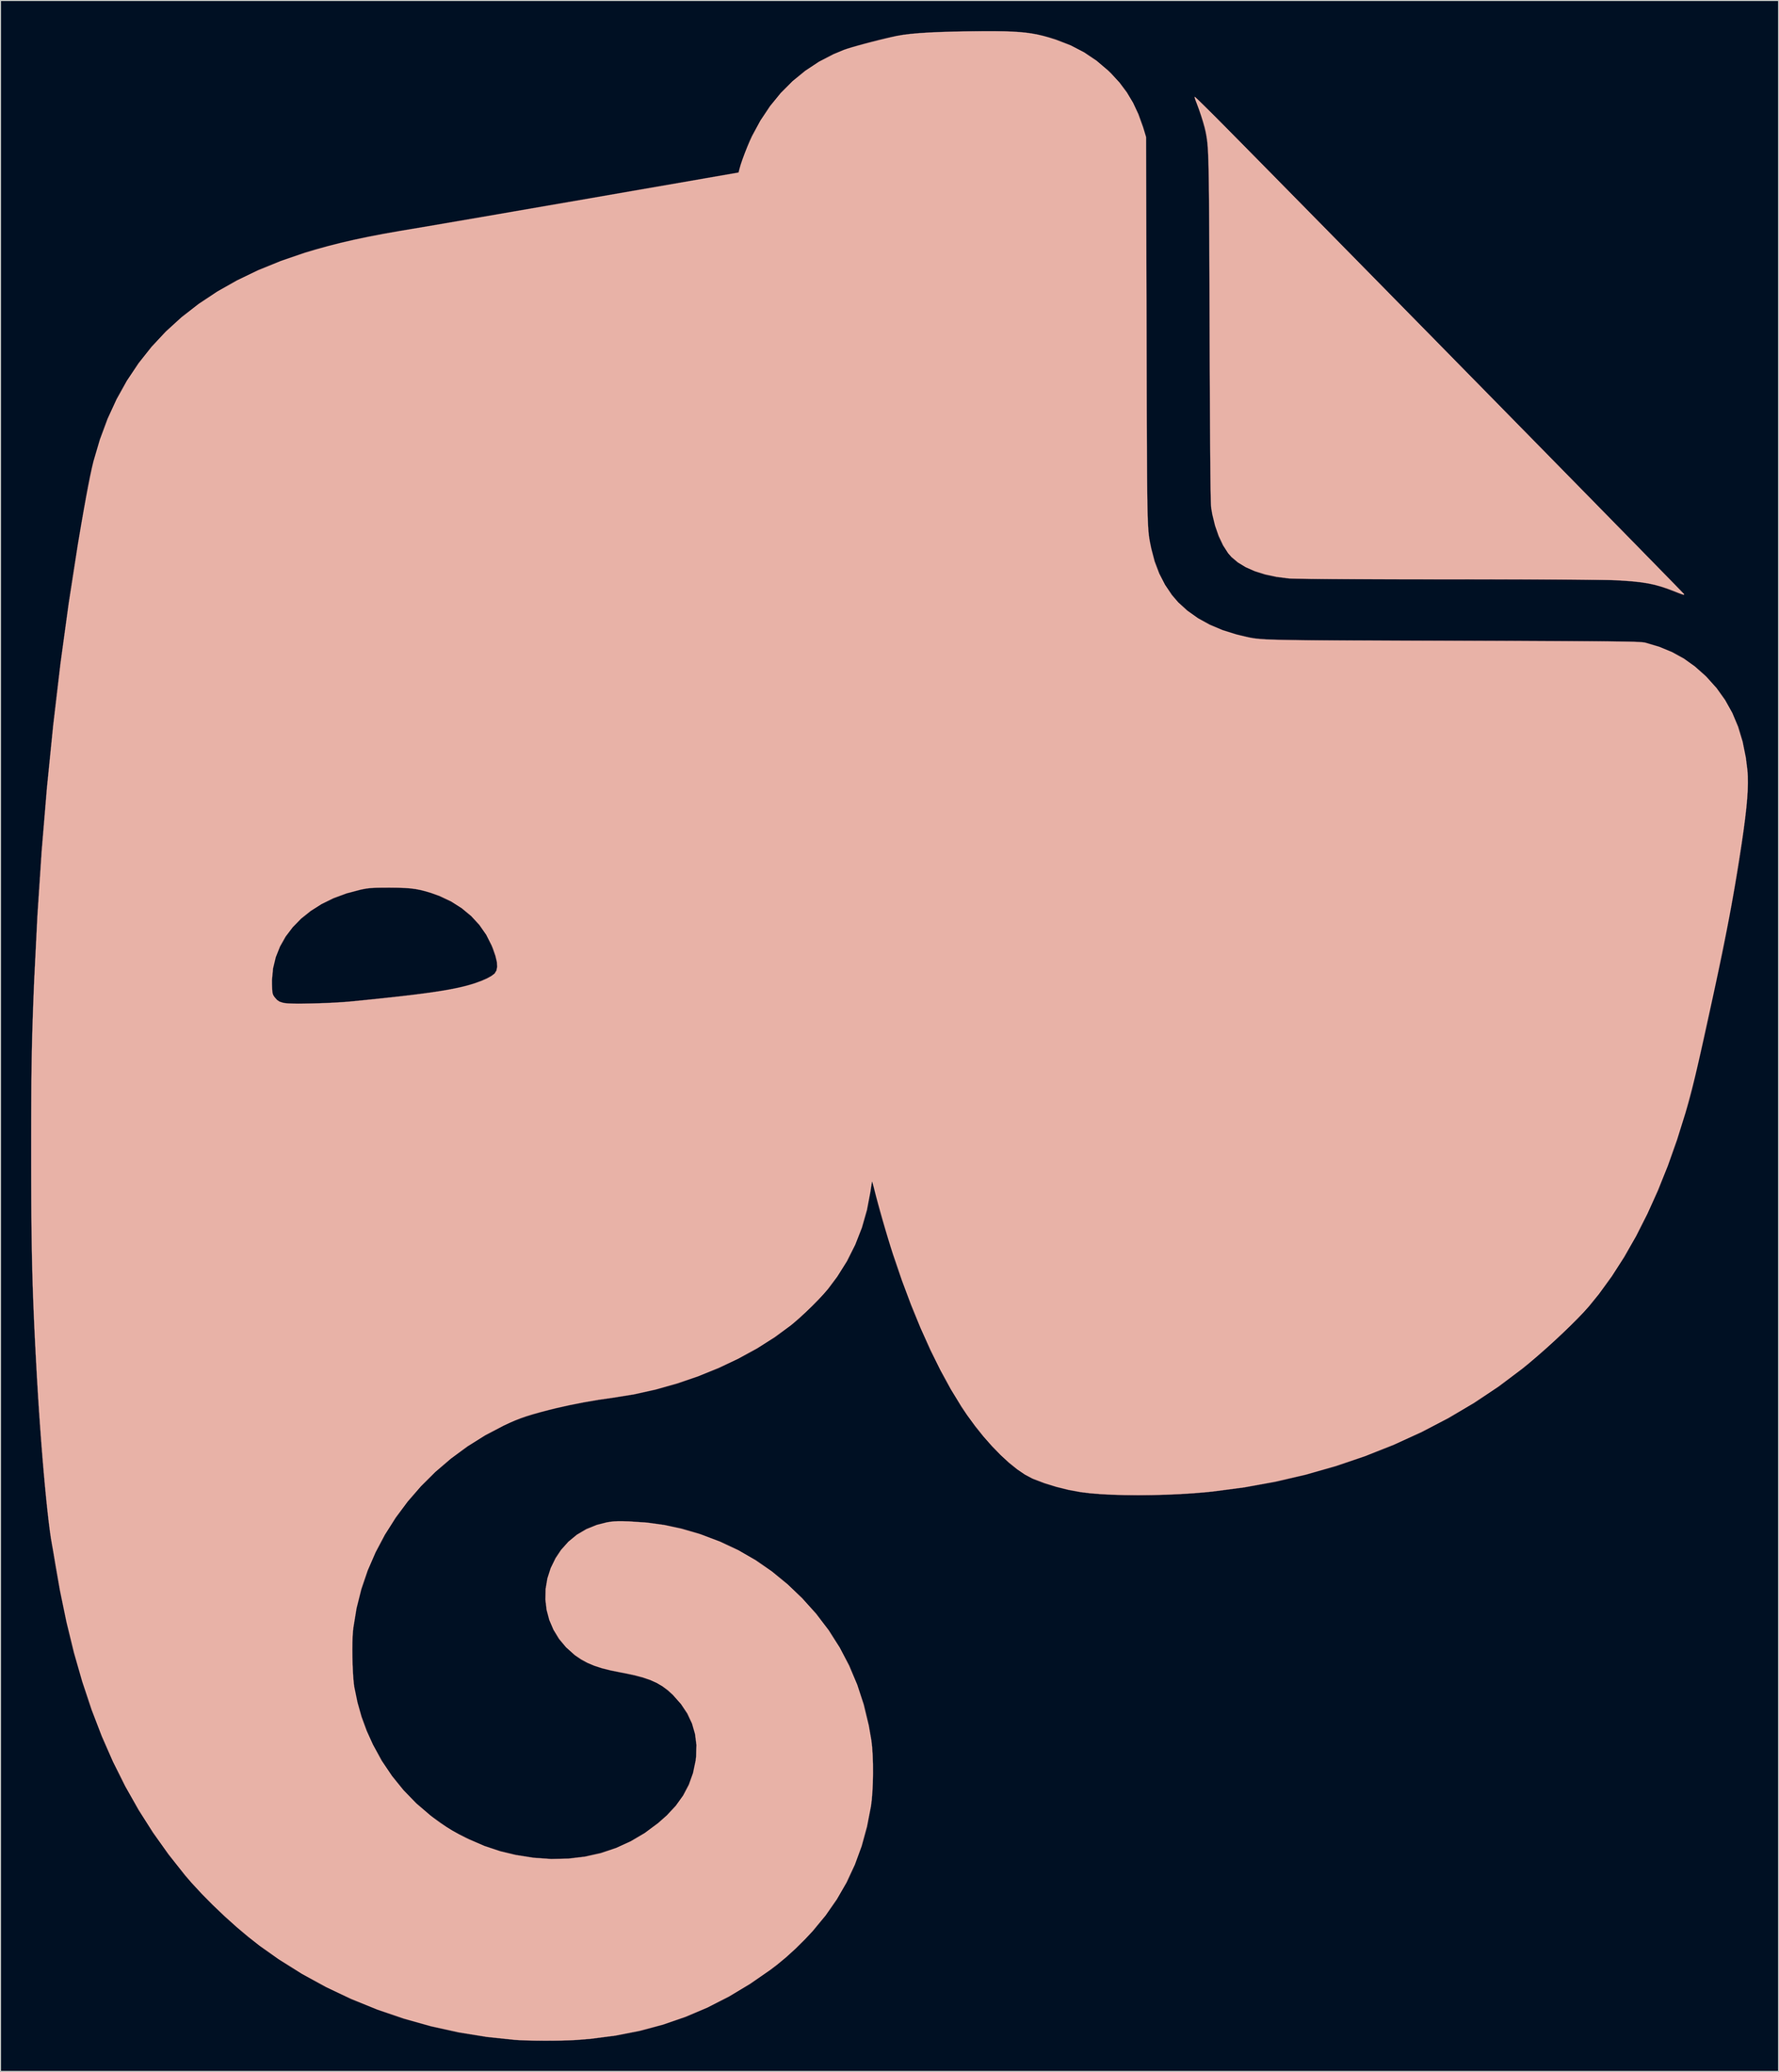
<source format=kicad_pcb>
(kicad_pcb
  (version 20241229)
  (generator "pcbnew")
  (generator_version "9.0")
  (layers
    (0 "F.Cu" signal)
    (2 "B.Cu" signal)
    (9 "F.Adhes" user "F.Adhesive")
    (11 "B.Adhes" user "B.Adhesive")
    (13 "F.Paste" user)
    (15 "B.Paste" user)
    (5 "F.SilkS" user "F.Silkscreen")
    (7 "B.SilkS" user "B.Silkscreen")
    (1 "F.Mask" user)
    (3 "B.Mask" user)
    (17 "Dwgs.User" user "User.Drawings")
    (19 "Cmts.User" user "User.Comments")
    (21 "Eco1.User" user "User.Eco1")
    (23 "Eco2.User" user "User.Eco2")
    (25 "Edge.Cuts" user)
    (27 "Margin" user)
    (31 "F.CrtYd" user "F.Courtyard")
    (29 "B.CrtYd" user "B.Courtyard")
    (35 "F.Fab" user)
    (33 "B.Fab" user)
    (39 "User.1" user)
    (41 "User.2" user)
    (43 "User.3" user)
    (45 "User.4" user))
  (footprint "evernote_20x20_B"
    (layer "F.Cu")
    (at 84.032 98.374)
    (property "Reference" "evernote_20x20_B" (at 0 0 0) (layer "B.SilkS") (effects (font (size 1.524 1.524) (thickness 0.3))))
    (attr through_hole)
    (fp_poly (pts (xy 30.028 -91.89) (xy 30.206 -91.725) (xy 30.476 -91.465) (xy 30.825 -91.125) (xy 31.239 -90.716) (xy 31.705 -90.253) (xy 32.209 -89.749) (xy 32.274 -89.683) (xy 32.667 -89.288) (xy 33.158 -88.792) (xy 33.743 -88.201) (xy 34.416 -87.518) (xy 35.174 -86.751) (xy 36.011 -85.902) (xy 36.922 -84.978) (xy 37.902 -83.983) (xy 38.947 -82.922) (xy 40.051 -81.801) (xy 41.209 -80.624) (xy 42.417 -79.397) (xy 43.67 -78.124) (xy 44.963 -76.81) (xy 46.29 -75.461) (xy 47.647 -74.081) (xy 49.029 -72.675) (xy 50.431 -71.249) (xy 51.848 -69.807) (xy 53.276 -68.355) (xy 54.708 -66.897) (xy 56.141 -65.438) (xy 57.57 -63.984) (xy 58.989 -62.54) (xy 60.394 -61.11) (xy 61.779 -59.699) (xy 63.14 -58.313) (xy 64.472 -56.956) (xy 65.77 -55.634) (xy 67.029 -54.351) (xy 68.244 -53.113) (xy 69.411 -51.924) (xy 70.523 -50.79) (xy 71.577 -49.715) (xy 72.567 -48.705) (xy 73.489 -47.765) (xy 74.337 -46.898) (xy 75.107 -46.112) (xy 75.794 -45.41) (xy 76.392 -44.797) (xy 76.898 -44.28) (xy 77.305 -43.861) (xy 77.61 -43.548) (xy 77.807 -43.343) (xy 77.89 -43.254) (xy 77.893 -43.25) (xy 77.886 -43.21) (xy 77.848 -43.196) (xy 77.752 -43.217) (xy 77.573 -43.278) (xy 77.285 -43.389) (xy 76.92 -43.534) (xy 76.247 -43.789) (xy 75.617 -43.999) (xy 75.001 -44.169) (xy 74.367 -44.305) (xy 73.684 -44.412) (xy 72.921 -44.497) (xy 72.047 -44.565) (xy 71.146 -44.617) (xy 70.858 -44.627) (xy 70.409 -44.637) (xy 69.808 -44.646) (xy 69.062 -44.655) (xy 68.18 -44.663) (xy 67.17 -44.67) (xy 66.04 -44.677) (xy 64.798 -44.683) (xy 63.454 -44.689) (xy 62.014 -44.694) (xy 60.488 -44.697) (xy 58.883 -44.7) (xy 57.208 -44.702) (xy 55.471 -44.704) (xy 54.822 -44.704) (xy 52.78 -44.705) (xy 50.867 -44.706) (xy 49.085 -44.709) (xy 47.437 -44.713) (xy 45.927 -44.718) (xy 44.558 -44.724) (xy 43.334 -44.73) (xy 42.258 -44.738) (xy 41.334 -44.746) (xy 40.564 -44.756) (xy 39.952 -44.766) (xy 39.502 -44.777) (xy 39.216 -44.789) (xy 39.158 -44.793) (xy 37.961 -44.945) (xy 36.852 -45.182) (xy 35.845 -45.5) (xy 34.951 -45.894) (xy 34.183 -46.358) (xy 33.555 -46.888) (xy 33.225 -47.266) (xy 32.729 -48.037) (xy 32.299 -48.944) (xy 31.945 -49.962) (xy 31.675 -51.068) (xy 31.569 -51.689) (xy 31.556 -51.83) (xy 31.543 -52.073) (xy 31.531 -52.423) (xy 31.52 -52.884) (xy 31.509 -53.461) (xy 31.499 -54.158) (xy 31.489 -54.98) (xy 31.48 -55.93) (xy 31.471 -57.013) (xy 31.462 -58.235) (xy 31.453 -59.598) (xy 31.445 -61.107) (xy 31.437 -62.767) (xy 31.429 -64.583) (xy 31.421 -66.557) (xy 31.413 -68.696) (xy 31.412 -69.215) (xy 31.405 -71.252) (xy 31.398 -73.127) (xy 31.391 -74.847) (xy 31.385 -76.421) (xy 31.379 -77.855) (xy 31.372 -79.156) (xy 31.365 -80.333) (xy 31.357 -81.393) (xy 31.348 -82.343) (xy 31.339 -83.19) (xy 31.329 -83.943) (xy 31.317 -84.607) (xy 31.304 -85.192) (xy 31.29 -85.704) (xy 31.274 -86.151) (xy 31.257 -86.54) (xy 31.237 -86.878) (xy 31.216 -87.174) (xy 31.192 -87.433) (xy 31.166 -87.665) (xy 31.137 -87.876) (xy 31.106 -88.074) (xy 31.072 -88.267) (xy 31.035 -88.46) (xy 31.024 -88.519) (xy 30.921 -88.952) (xy 30.768 -89.494) (xy 30.578 -90.097) (xy 30.368 -90.714) (xy 30.151 -91.299) (xy 30.07 -91.504) (xy 29.983 -91.743) (xy 29.945 -91.904) (xy 29.956 -91.948) (xy 30.028 -91.89)) (stroke (width 0.01) (type solid)) (fill yes) (layer "B.SilkS"))
    (fp_poly (pts (xy 10.342 -98.369) (xy 11.252 -98.357) (xy 12.053 -98.33) (xy 12.763 -98.287) (xy 13.402 -98.226) (xy 13.992 -98.144) (xy 14.551 -98.041) (xy 15.098 -97.913) (xy 15.655 -97.759) (xy 16.24 -97.577) (xy 16.383 -97.53) (xy 17.799 -96.981) (xy 19.113 -96.3) (xy 20.333 -95.48) (xy 21.469 -94.517) (xy 21.76 -94.234) (xy 22.591 -93.328) (xy 23.302 -92.379) (xy 23.911 -91.36) (xy 24.433 -90.242) (xy 24.885 -88.998) (xy 24.994 -88.646) (xy 25.185 -88.011) (xy 25.235 -69.13) (xy 25.24 -66.995) (xy 25.246 -65.023) (xy 25.25 -63.206) (xy 25.255 -61.536) (xy 25.26 -60.008) (xy 25.265 -58.614) (xy 25.27 -57.347) (xy 25.276 -56.2) (xy 25.282 -55.165) (xy 25.289 -54.237) (xy 25.298 -53.407) (xy 25.307 -52.668) (xy 25.317 -52.015) (xy 25.329 -51.438) (xy 25.343 -50.933) (xy 25.358 -50.49) (xy 25.375 -50.104) (xy 25.394 -49.768) (xy 25.415 -49.473) (xy 25.438 -49.214) (xy 25.464 -48.983) (xy 25.493 -48.773) (xy 25.524 -48.576) (xy 25.558 -48.387) (xy 25.595 -48.198) (xy 25.636 -48.001) (xy 25.68 -47.79) (xy 25.696 -47.71) (xy 26.025 -46.457) (xy 26.478 -45.268) (xy 27.045 -44.166) (xy 27.715 -43.172) (xy 28.336 -42.45) (xy 29.239 -41.629) (xy 30.276 -40.896) (xy 31.43 -40.26) (xy 32.685 -39.73) (xy 34.024 -39.313) (xy 34.417 -39.216) (xy 34.643 -39.164) (xy 34.848 -39.115) (xy 35.039 -39.07) (xy 35.224 -39.029) (xy 35.41 -38.991) (xy 35.604 -38.957) (xy 35.813 -38.925) (xy 36.044 -38.897) (xy 36.304 -38.872) (xy 36.602 -38.849) (xy 36.943 -38.829) (xy 37.335 -38.811) (xy 37.786 -38.796) (xy 38.301 -38.782) (xy 38.89 -38.77) (xy 39.558 -38.759) (xy 40.313 -38.75) (xy 41.162 -38.742) (xy 42.112 -38.735) (xy 43.171 -38.729) (xy 44.346 -38.723) (xy 45.643 -38.718) (xy 47.071 -38.714) (xy 48.635 -38.709) (xy 50.344 -38.704) (xy 52.204 -38.699) (xy 54.224 -38.694) (xy 55.245 -38.691) (xy 57.328 -38.685) (xy 59.249 -38.68) (xy 61.015 -38.675) (xy 62.631 -38.669) (xy 64.105 -38.664) (xy 65.444 -38.659) (xy 66.654 -38.654) (xy 67.743 -38.648) (xy 68.716 -38.643) (xy 69.582 -38.637) (xy 70.346 -38.631) (xy 71.016 -38.624) (xy 71.598 -38.617) (xy 72.099 -38.609) (xy 72.526 -38.601) (xy 72.886 -38.592) (xy 73.186 -38.582) (xy 73.431 -38.571) (xy 73.63 -38.559) (xy 73.789 -38.547) (xy 73.914 -38.533) (xy 74.013 -38.518) (xy 74.092 -38.502) (xy 74.111 -38.498) (xy 75.47 -38.094) (xy 76.713 -37.581) (xy 77.862 -36.948) (xy 78.941 -36.18) (xy 79.973 -35.264) (xy 80.098 -35.14) (xy 81.071 -34.057) (xy 81.908 -32.888) (xy 82.611 -31.628) (xy 83.182 -30.271) (xy 83.624 -28.813) (xy 83.939 -27.247) (xy 84.093 -26.012) (xy 84.131 -25.427) (xy 84.141 -24.775) (xy 84.12 -24.046) (xy 84.068 -23.227) (xy 83.984 -22.306) (xy 83.866 -21.271) (xy 83.714 -20.109) (xy 83.526 -18.808) (xy 83.301 -17.357) (xy 83.261 -17.103) (xy 83.074 -15.952) (xy 82.888 -14.842) (xy 82.699 -13.754) (xy 82.505 -12.67) (xy 82.301 -11.574) (xy 82.085 -10.448) (xy 81.852 -9.273) (xy 81.6 -8.032) (xy 81.324 -6.708) (xy 81.021 -5.282) (xy 80.689 -3.738) (xy 80.322 -2.057) (xy 80.084 -0.974) (xy 79.812 0.261) (xy 79.569 1.348) (xy 79.353 2.306) (xy 79.158 3.153) (xy 78.981 3.908) (xy 78.815 4.589) (xy 78.659 5.214) (xy 78.505 5.801) (xy 78.352 6.369) (xy 78.193 6.936) (xy 78.024 7.52) (xy 78.02 7.535) (xy 77.198 10.169) (xy 76.3 12.699) (xy 75.33 15.118) (xy 74.291 17.419) (xy 73.189 19.594) (xy 72.026 21.634) (xy 70.807 23.533) (xy 69.535 25.282) (xy 68.572 26.465) (xy 68.064 27.031) (xy 67.445 27.678) (xy 66.736 28.385) (xy 65.961 29.131) (xy 65.142 29.895) (xy 64.302 30.655) (xy 63.463 31.391) (xy 62.648 32.081) (xy 62.019 32.593) (xy 59.719 34.321) (xy 57.302 35.933) (xy 54.777 37.423) (xy 52.153 38.79) (xy 49.439 40.029) (xy 46.642 41.137) (xy 43.772 42.112) (xy 40.837 42.948) (xy 37.846 43.644) (xy 34.808 44.196) (xy 31.731 44.599) (xy 31.157 44.658) (xy 29.867 44.767) (xy 28.522 44.852) (xy 27.148 44.913) (xy 25.769 44.95) (xy 24.41 44.962) (xy 23.095 44.95) (xy 21.849 44.914) (xy 20.697 44.853) (xy 19.664 44.768) (xy 18.776 44.659) (xy 17.591 44.441) (xy 16.391 44.144) (xy 15.233 43.786) (xy 14.175 43.381) (xy 14.026 43.317) (xy 13.318 42.941) (xy 12.556 42.424) (xy 11.756 41.779) (xy 10.932 41.02) (xy 10.096 40.161) (xy 9.263 39.217) (xy 8.447 38.2) (xy 7.662 37.126) (xy 7.093 36.28) (xy 6.063 34.59) (xy 5.052 32.742) (xy 4.063 30.743) (xy 3.101 28.603) (xy 2.169 26.332) (xy 1.273 23.938) (xy 0.415 21.431) (xy 0.384 21.336) (xy 0.159 20.629) (xy -0.088 19.824) (xy -0.346 18.961) (xy -0.604 18.076) (xy -0.851 17.208) (xy -1.076 16.393) (xy -1.269 15.671) (xy -1.396 15.173) (xy -1.489 14.801) (xy -1.569 14.501) (xy -1.626 14.304) (xy -1.653 14.242) (xy -1.673 14.33) (xy -1.711 14.552) (xy -1.761 14.874) (xy -1.815 15.24) (xy -2.156 17.035) (xy -2.654 18.772) (xy -3.308 20.443) (xy -4.115 22.046) (xy -5.073 23.573) (xy -5.969 24.765) (xy -6.398 25.264) (xy -6.928 25.831) (xy -7.523 26.435) (xy -8.148 27.039) (xy -8.771 27.612) (xy -9.356 28.12) (xy -9.638 28.35) (xy -11.215 29.509) (xy -12.927 30.592) (xy -14.756 31.593) (xy -16.682 32.504) (xy -18.686 33.317) (xy -20.747 34.023) (xy -22.847 34.616) (xy -24.966 35.086) (xy -27.084 35.427) (xy -27.136 35.434) (xy -28.459 35.624) (xy -29.857 35.864) (xy -31.263 36.14) (xy -32.606 36.439) (xy -33.316 36.615) (xy -34.165 36.838) (xy -34.883 37.04) (xy -35.506 37.232) (xy -36.068 37.427) (xy -36.605 37.636) (xy -37.152 37.872) (xy -37.739 38.145) (xy -39.555 39.098) (xy -41.28 40.177) (xy -42.908 41.374) (xy -44.434 42.68) (xy -45.849 44.087) (xy -47.149 45.585) (xy -48.326 47.167) (xy -49.375 48.824) (xy -50.289 50.546) (xy -51.061 52.325) (xy -51.685 54.153) (xy -52.155 56.021) (xy -52.464 57.919) (xy -52.499 58.229) (xy -52.537 58.738) (xy -52.559 59.363) (xy -52.566 60.067) (xy -52.56 60.813) (xy -52.54 61.564) (xy -52.509 62.283) (xy -52.466 62.931) (xy -52.413 63.473) (xy -52.373 63.754) (xy -52.064 65.251) (xy -51.667 66.657) (xy -51.16 68.031) (xy -50.549 69.384) (xy -49.687 70.958) (xy -48.682 72.452) (xy -47.547 73.851) (xy -46.294 75.141) (xy -44.934 76.305) (xy -44.612 76.551) (xy -43.946 77.036) (xy -43.348 77.442) (xy -42.765 77.801) (xy -42.145 78.145) (xy -41.437 78.505) (xy -41.148 78.645) (xy -39.62 79.306) (xy -38.076 79.819) (xy -36.576 80.18) (xy -34.808 80.459) (xy -33.086 80.579) (xy -31.413 80.542) (xy -29.792 80.35) (xy -28.229 80.002) (xy -26.728 79.499) (xy -25.291 78.844) (xy -23.924 78.037) (xy -22.63 77.079) (xy -21.76 76.31) (xy -20.884 75.372) (xy -20.164 74.369) (xy -19.6 73.301) (xy -19.193 72.168) (xy -18.941 70.968) (xy -18.889 70.527) (xy -18.861 69.408) (xy -18.996 68.336) (xy -19.292 67.313) (xy -19.752 66.336) (xy -20.373 65.406) (xy -21.158 64.521) (xy -21.177 64.502) (xy -21.673 64.051) (xy -22.191 63.666) (xy -22.756 63.336) (xy -23.39 63.053) (xy -24.117 62.805) (xy -24.961 62.582) (xy -25.943 62.376) (xy -26.247 62.319) (xy -27.258 62.116) (xy -28.127 61.898) (xy -28.879 61.653) (xy -29.543 61.372) (xy -30.144 61.045) (xy -30.709 60.662) (xy -30.813 60.583) (xy -31.633 59.849) (xy -32.318 59.027) (xy -32.864 58.132) (xy -33.271 57.18) (xy -33.535 56.187) (xy -33.656 55.166) (xy -33.631 54.135) (xy -33.458 53.108) (xy -33.135 52.101) (xy -32.661 51.129) (xy -32.121 50.321) (xy -31.401 49.514) (xy -30.571 48.832) (xy -29.64 48.282) (xy -28.617 47.868) (xy -27.642 47.621) (xy -27.286 47.562) (xy -26.93 47.525) (xy -26.531 47.508) (xy -26.046 47.51) (xy -25.485 47.525) (xy -23.703 47.643) (xy -22.001 47.878) (xy -20.326 48.238) (xy -18.627 48.732) (xy -18.433 48.796) (xy -16.542 49.509) (xy -14.756 50.348) (xy -13.063 51.322) (xy -11.453 52.437) (xy -9.915 53.699) (xy -8.504 55.048) (xy -7.132 56.571) (xy -5.907 58.179) (xy -4.828 59.872) (xy -3.896 61.65) (xy -3.11 63.513) (xy -2.472 65.459) (xy -1.98 67.49) (xy -1.723 68.961) (xy -1.648 69.628) (xy -1.596 70.42) (xy -1.568 71.296) (xy -1.563 72.213) (xy -1.581 73.13) (xy -1.622 74.005) (xy -1.685 74.794) (xy -1.76 75.396) (xy -2.15 77.404) (xy -2.676 79.315) (xy -3.342 81.135) (xy -4.151 82.87) (xy -5.107 84.527) (xy -6.212 86.112) (xy -7.47 87.632) (xy -8.21 88.423) (xy -9.151 89.356) (xy -10.056 90.18) (xy -10.972 90.937) (xy -11.605 91.42) (xy -13.619 92.813) (xy -15.675 94.045) (xy -17.778 95.119) (xy -19.935 96.036) (xy -22.153 96.799) (xy -24.438 97.41) (xy -26.796 97.871) (xy -29.234 98.185) (xy -30.606 98.296) (xy -31.269 98.329) (xy -32.043 98.352) (xy -32.886 98.365) (xy -33.758 98.368) (xy -34.616 98.361) (xy -35.422 98.344) (xy -36.133 98.318) (xy -36.618 98.289) (xy -39.39 98) (xy -42.138 97.555) (xy -44.85 96.957) (xy -47.517 96.21) (xy -50.128 95.318) (xy -52.673 94.286) (xy -55.141 93.116) (xy -57.522 91.812) (xy -59.804 90.379) (xy -61.636 89.081) (xy -62.757 88.203) (xy -63.92 87.223) (xy -65.09 86.172) (xy -66.235 85.081) (xy -67.32 83.984) (xy -68.313 82.91) (xy -68.953 82.169) (xy -70.58 80.113) (xy -72.097 77.982) (xy -73.505 75.767) (xy -74.807 73.464) (xy -76.007 71.064) (xy -77.108 68.562) (xy -78.111 65.95) (xy -79.02 63.221) (xy -79.838 60.37) (xy -80.567 57.388) (xy -81.211 54.269) (xy -81.656 51.731) (xy -81.742 51.212) (xy -81.83 50.69) (xy -81.912 50.214) (xy -81.98 49.838) (xy -81.997 49.743) (xy -82.099 49.14) (xy -82.207 48.381) (xy -82.32 47.481) (xy -82.436 46.453) (xy -82.555 45.313) (xy -82.675 44.072) (xy -82.795 42.747) (xy -82.913 41.349) (xy -83.029 39.894) (xy -83.141 38.396) (xy -83.248 36.868) (xy -83.349 35.324) (xy -83.442 33.778) (xy -83.478 33.147) (xy -83.567 31.515) (xy -83.646 29.986) (xy -83.716 28.539) (xy -83.777 27.154) (xy -83.83 25.811) (xy -83.876 24.489) (xy -83.914 23.169) (xy -83.946 21.831) (xy -83.972 20.454) (xy -83.992 19.017) (xy -84.007 17.502) (xy -84.018 15.887) (xy -84.024 14.153) (xy -84.027 12.279) (xy -84.027 11.345) (xy -84.026 9.678) (xy -84.024 8.161) (xy -84.019 6.775) (xy -84.012 5.5) (xy -84.003 4.318) (xy -83.99 3.209) (xy -83.974 2.155) (xy -83.954 1.135) (xy -83.93 0.131) (xy -83.901 -0.877) (xy -83.868 -1.908) (xy -83.83 -2.98) (xy -83.787 -4.114) (xy -83.737 -5.328) (xy -83.732 -5.461) (xy -83.73 -5.49) (xy -60.44 -5.49) (xy -60.438 -5.054) (xy -60.423 -4.631) (xy -60.402 -4.337) (xy -60.366 -4.135) (xy -60.307 -3.983) (xy -60.218 -3.843) (xy -60.173 -3.783) (xy -59.946 -3.525) (xy -59.706 -3.361) (xy -59.393 -3.258) (xy -59.146 -3.211) (xy -58.862 -3.184) (xy -58.436 -3.168) (xy -57.892 -3.162) (xy -57.258 -3.166) (xy -56.56 -3.178) (xy -55.822 -3.199) (xy -55.072 -3.227) (xy -54.335 -3.262) (xy -53.638 -3.304) (xy -53.007 -3.35) (xy -52.663 -3.381) (xy -51.016 -3.546) (xy -49.527 -3.701) (xy -48.185 -3.847) (xy -46.979 -3.986) (xy -45.899 -4.12) (xy -44.933 -4.25) (xy -44.07 -4.378) (xy -43.3 -4.506) (xy -42.612 -4.635) (xy -41.994 -4.767) (xy -41.436 -4.903) (xy -40.927 -5.046) (xy -40.536 -5.169) (xy -39.911 -5.397) (xy -39.371 -5.636) (xy -38.941 -5.873) (xy -38.649 -6.094) (xy -38.619 -6.125) (xy -38.446 -6.408) (xy -38.375 -6.783) (xy -38.409 -7.257) (xy -38.548 -7.841) (xy -38.793 -8.543) (xy -38.921 -8.859) (xy -39.451 -9.909) (xy -40.123 -10.873) (xy -40.926 -11.743) (xy -41.853 -12.511) (xy -42.895 -13.17) (xy -44.042 -13.711) (xy -44.842 -13.998) (xy -45.393 -14.163) (xy -45.894 -14.29) (xy -46.382 -14.384) (xy -46.892 -14.449) (xy -47.462 -14.49) (xy -48.127 -14.512) (xy -48.925 -14.519) (xy -48.937 -14.519) (xy -49.587 -14.517) (xy -50.1 -14.511) (xy -50.511 -14.497) (xy -50.852 -14.472) (xy -51.157 -14.436) (xy -51.459 -14.385) (xy -51.769 -14.321) (xy -53.138 -13.96) (xy -54.41 -13.489) (xy -55.58 -12.915) (xy -56.64 -12.246) (xy -57.585 -11.488) (xy -58.407 -10.649) (xy -59.099 -9.736) (xy -59.655 -8.757) (xy -60.069 -7.718) (xy -60.332 -6.626) (xy -60.44 -5.49) (xy -83.73 -5.49) (xy -83.415 -11.812) (xy -82.998 -18.099) (xy -82.482 -24.308) (xy -81.869 -30.427) (xy -81.158 -36.444) (xy -80.353 -42.345) (xy -79.454 -48.117) (xy -79.409 -48.384) (xy -79.137 -49.996) (xy -78.886 -51.441) (xy -78.655 -52.721) (xy -78.445 -53.837) (xy -78.254 -54.792) (xy -78.083 -55.586) (xy -77.932 -56.221) (xy -77.922 -56.261) (xy -77.295 -58.395) (xy -76.541 -60.421) (xy -75.658 -62.341) (xy -74.646 -64.155) (xy -73.504 -65.864) (xy -72.231 -67.47) (xy -70.826 -68.973) (xy -69.287 -70.373) (xy -67.615 -71.672) (xy -65.808 -72.871) (xy -63.866 -73.97) (xy -61.787 -74.97) (xy -59.57 -75.873) (xy -57.215 -76.679) (xy -56.14 -77.001) (xy -54.922 -77.338) (xy -53.672 -77.654) (xy -52.367 -77.955) (xy -50.983 -78.246) (xy -49.497 -78.532) (xy -47.883 -78.817) (xy -46.567 -79.036) (xy -46.234 -79.091) (xy -45.741 -79.174) (xy -45.091 -79.284) (xy -44.292 -79.42) (xy -43.348 -79.582) (xy -42.264 -79.768) (xy -41.048 -79.977) (xy -39.704 -80.208) (xy -38.237 -80.461) (xy -36.653 -80.734) (xy -34.959 -81.026) (xy -33.159 -81.338) (xy -31.258 -81.666) (xy -29.264 -82.011) (xy -27.18 -82.372) (xy -25.013 -82.748) (xy -22.768 -83.137) (xy -20.451 -83.539) (xy -18.068 -83.952) (xy -17.969 -83.97) (xy -14.729 -84.532) (xy -14.644 -84.874) (xy -14.523 -85.296) (xy -14.345 -85.824) (xy -14.127 -86.415) (xy -13.888 -87.021) (xy -13.644 -87.599) (xy -13.414 -88.099) (xy -12.586 -89.627) (xy -11.646 -91.034) (xy -10.598 -92.318) (xy -9.447 -93.472) (xy -8.197 -94.494) (xy -6.854 -95.38) (xy -5.42 -96.124) (xy -4.398 -96.547) (xy -4.068 -96.659) (xy -3.603 -96.8) (xy -3.037 -96.961) (xy -2.399 -97.136) (xy -1.722 -97.314) (xy -1.036 -97.489) (xy -0.373 -97.651) (xy 0.235 -97.793) (xy 0.757 -97.906) (xy 0.762 -97.907) (xy 1.372 -98.012) (xy 2.106 -98.103) (xy 2.971 -98.179) (xy 3.975 -98.243) (xy 5.124 -98.293) (xy 6.427 -98.331) (xy 7.891 -98.356) (xy 8.114 -98.359) (xy 9.303 -98.369) (xy 10.342 -98.369)) (stroke (width 0.01) (type solid)) (fill yes) (layer "B.SilkS")))
  (gr_rect
    (start -3 -3)
    (end 171.178 199.747)
    (stroke (width 0.1) (type default))
    (fill no)
    (layer "Edge.Cuts")))
</source>
